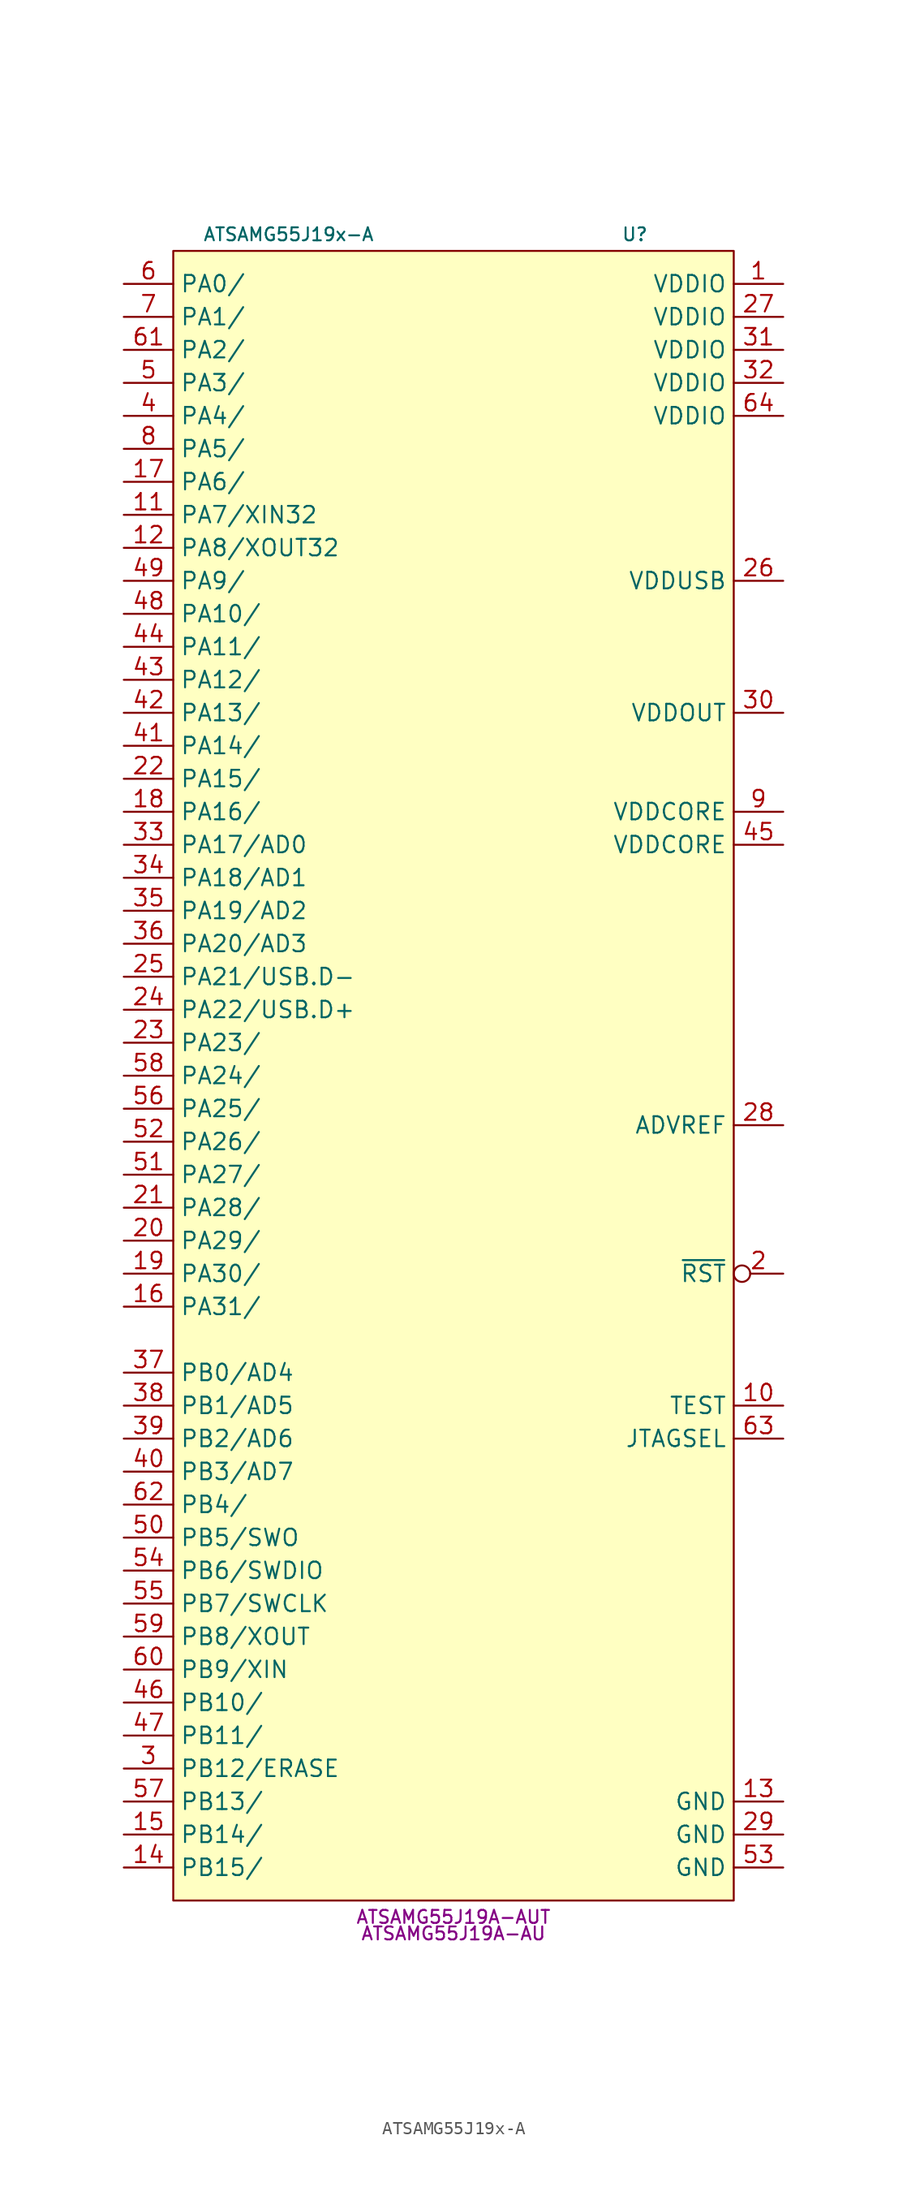
<source format=kicad_sym>
(kicad_symbol_lib
  (version 20231120)
  (generator "kicad_symbol_editor")
  (generator_version "8.0")
  (symbol "ATSAMG55J19x-A"
    (property "Reference" "U"
      (at 13.97 62.23 0)
      (effects (font (size 1 1))))
    (property "Value" "ATSAMG55J19x-A"
      (at -12.7 62.23 0)
      (effects (font (size 1 1))))
    (property "MPN" "ATSAMG55J19A-AUT"
      (at 0 -67.31 0)
      (effects (font (size 1 1))))
    (property "MPN2" "ATSAMG55J19A-AU"
      (at 0 -68.58 0)
      (effects (font (size 1 1))))
    (symbol "ATSAMG55J19x-A_1_1"
      (rectangle (start -21.59 60.96) (end 21.59 -66.04) (stroke (width 0) (type default)) (fill (type background)))
      (pin power_in line (at 25.4 58.42 180) (length 3.81) (name "VDDIO" (effects (font (size 1.27 1.27)))) (number "1" (effects (font (size 1.27 1.27)))))
      (pin input line (at 25.4 -27.94 180) (length 3.81) (name "TEST" (effects (font (size 1.27 1.27)))) (number "10" (effects (font (size 1.27 1.27)))))
      (pin bidirectional line (at -25.4 40.64 0) (length 3.81) (name "PA7/XIN32" (effects (font (size 1.27 1.27)))) (number "11" (effects (font (size 1.27 1.27)))))
      (pin bidirectional line (at -25.4 38.1 0) (length 3.81) (name "PA8/XOUT32" (effects (font (size 1.27 1.27)))) (number "12" (effects (font (size 1.27 1.27)))))
      (pin power_in line (at 25.4 -58.42 180) (length 3.81) (name "GND" (effects (font (size 1.27 1.27)))) (number "13" (effects (font (size 1.27 1.27)))))
      (pin bidirectional line (at -25.4 -63.5 0) (length 3.81) (name "PB15/" (effects (font (size 1.27 1.27)))) (number "14" (effects (font (size 1.27 1.27)))))
      (pin bidirectional line (at -25.4 -60.96 0) (length 3.81) (name "PB14/" (effects (font (size 1.27 1.27)))) (number "15" (effects (font (size 1.27 1.27)))))
      (pin bidirectional line (at -25.4 -20.32 0) (length 3.81) (name "PA31/" (effects (font (size 1.27 1.27)))) (number "16" (effects (font (size 1.27 1.27)))))
      (pin bidirectional line (at -25.4 43.18 0) (length 3.81) (name "PA6/" (effects (font (size 1.27 1.27)))) (number "17" (effects (font (size 1.27 1.27)))))
      (pin bidirectional line (at -25.4 17.78 0) (length 3.81) (name "PA16/" (effects (font (size 1.27 1.27)))) (number "18" (effects (font (size 1.27 1.27)))))
      (pin bidirectional line (at -25.4 -17.78 0) (length 3.81) (name "PA30/" (effects (font (size 1.27 1.27)))) (number "19" (effects (font (size 1.27 1.27)))))
      (pin input inverted (at 25.4 -17.78 180) (length 3.81) (name "~{RST}" (effects (font (size 1.27 1.27)))) (number "2" (effects (font (size 1.27 1.27)))))
      (pin bidirectional line (at -25.4 -15.24 0) (length 3.81) (name "PA29/" (effects (font (size 1.27 1.27)))) (number "20" (effects (font (size 1.27 1.27)))))
      (pin bidirectional line (at -25.4 -12.7 0) (length 3.81) (name "PA28/" (effects (font (size 1.27 1.27)))) (number "21" (effects (font (size 1.27 1.27)))))
      (pin bidirectional line (at -25.4 20.32 0) (length 3.81) (name "PA15/" (effects (font (size 1.27 1.27)))) (number "22" (effects (font (size 1.27 1.27)))))
      (pin bidirectional line (at -25.4 0 0) (length 3.81) (name "PA23/" (effects (font (size 1.27 1.27)))) (number "23" (effects (font (size 1.27 1.27)))))
      (pin bidirectional line (at -25.4 2.54 0) (length 3.81) (name "PA22/USB.D+" (effects (font (size 1.27 1.27)))) (number "24" (effects (font (size 1.27 1.27)))))
      (pin bidirectional line (at -25.4 5.08 0) (length 3.81) (name "PA21/USB.D-" (effects (font (size 1.27 1.27)))) (number "25" (effects (font (size 1.27 1.27)))))
      (pin power_in line (at 25.4 35.56 180) (length 3.81) (name "VDDUSB" (effects (font (size 1.27 1.27)))) (number "26" (effects (font (size 1.27 1.27)))))
      (pin power_in line (at 25.4 55.88 180) (length 3.81) (name "VDDIO" (effects (font (size 1.27 1.27)))) (number "27" (effects (font (size 1.27 1.27)))))
      (pin passive line (at 25.4 -6.35 180) (length 3.81) (name "ADVREF" (effects (font (size 1.27 1.27)))) (number "28" (effects (font (size 1.27 1.27)))))
      (pin power_in line (at 25.4 -60.96 180) (length 3.81) (name "GND" (effects (font (size 1.27 1.27)))) (number "29" (effects (font (size 1.27 1.27)))))
      (pin bidirectional line (at -25.4 -55.88 0) (length 3.81) (name "PB12/ERASE" (effects (font (size 1.27 1.27)))) (number "3" (effects (font (size 1.27 1.27)))))
      (pin power_out line (at 25.4 25.4 180) (length 3.81) (name "VDDOUT" (effects (font (size 1.27 1.27)))) (number "30" (effects (font (size 1.27 1.27)))))
      (pin power_in line (at 25.4 53.34 180) (length 3.81) (name "VDDIO" (effects (font (size 1.27 1.27)))) (number "31" (effects (font (size 1.27 1.27)))))
      (pin power_in line (at 25.4 50.8 180) (length 3.81) (name "VDDIO" (effects (font (size 1.27 1.27)))) (number "32" (effects (font (size 1.27 1.27)))))
      (pin bidirectional line (at -25.4 15.24 0) (length 3.81) (name "PA17/AD0" (effects (font (size 1.27 1.27)))) (number "33" (effects (font (size 1.27 1.27)))))
      (pin bidirectional line (at -25.4 12.7 0) (length 3.81) (name "PA18/AD1" (effects (font (size 1.27 1.27)))) (number "34" (effects (font (size 1.27 1.27)))))
      (pin bidirectional line (at -25.4 10.16 0) (length 3.81) (name "PA19/AD2" (effects (font (size 1.27 1.27)))) (number "35" (effects (font (size 1.27 1.27)))))
      (pin bidirectional line (at -25.4 7.62 0) (length 3.81) (name "PA20/AD3" (effects (font (size 1.27 1.27)))) (number "36" (effects (font (size 1.27 1.27)))))
      (pin bidirectional line (at -25.4 -25.4 0) (length 3.81) (name "PB0/AD4" (effects (font (size 1.27 1.27)))) (number "37" (effects (font (size 1.27 1.27)))))
      (pin bidirectional line (at -25.4 -27.94 0) (length 3.81) (name "PB1/AD5" (effects (font (size 1.27 1.27)))) (number "38" (effects (font (size 1.27 1.27)))))
      (pin bidirectional line (at -25.4 -30.48 0) (length 3.81) (name "PB2/AD6" (effects (font (size 1.27 1.27)))) (number "39" (effects (font (size 1.27 1.27)))))
      (pin bidirectional line (at -25.4 48.26 0) (length 3.81) (name "PA4/" (effects (font (size 1.27 1.27)))) (number "4" (effects (font (size 1.27 1.27)))))
      (pin bidirectional line (at -25.4 -33.02 0) (length 3.81) (name "PB3/AD7" (effects (font (size 1.27 1.27)))) (number "40" (effects (font (size 1.27 1.27)))))
      (pin bidirectional line (at -25.4 22.86 0) (length 3.81) (name "PA14/" (effects (font (size 1.27 1.27)))) (number "41" (effects (font (size 1.27 1.27)))))
      (pin bidirectional line (at -25.4 25.4 0) (length 3.81) (name "PA13/" (effects (font (size 1.27 1.27)))) (number "42" (effects (font (size 1.27 1.27)))))
      (pin bidirectional line (at -25.4 27.94 0) (length 3.81) (name "PA12/" (effects (font (size 1.27 1.27)))) (number "43" (effects (font (size 1.27 1.27)))))
      (pin bidirectional line (at -25.4 30.48 0) (length 3.81) (name "PA11/" (effects (font (size 1.27 1.27)))) (number "44" (effects (font (size 1.27 1.27)))))
      (pin power_in line (at 25.4 15.24 180) (length 3.81) (name "VDDCORE" (effects (font (size 1.27 1.27)))) (number "45" (effects (font (size 1.27 1.27)))))
      (pin bidirectional line (at -25.4 -50.8 0) (length 3.81) (name "PB10/" (effects (font (size 1.27 1.27)))) (number "46" (effects (font (size 1.27 1.27)))))
      (pin bidirectional line (at -25.4 -53.34 0) (length 3.81) (name "PB11/" (effects (font (size 1.27 1.27)))) (number "47" (effects (font (size 1.27 1.27)))))
      (pin bidirectional line (at -25.4 33.02 0) (length 3.81) (name "PA10/" (effects (font (size 1.27 1.27)))) (number "48" (effects (font (size 1.27 1.27)))))
      (pin bidirectional line (at -25.4 35.56 0) (length 3.81) (name "PA9/" (effects (font (size 1.27 1.27)))) (number "49" (effects (font (size 1.27 1.27)))))
      (pin bidirectional line (at -25.4 50.8 0) (length 3.81) (name "PA3/" (effects (font (size 1.27 1.27)))) (number "5" (effects (font (size 1.27 1.27)))))
      (pin bidirectional line (at -25.4 -38.1 0) (length 3.81) (name "PB5/SWO" (effects (font (size 1.27 1.27)))) (number "50" (effects (font (size 1.27 1.27)))))
      (pin bidirectional line (at -25.4 -10.16 0) (length 3.81) (name "PA27/" (effects (font (size 1.27 1.27)))) (number "51" (effects (font (size 1.27 1.27)))))
      (pin bidirectional line (at -25.4 -7.62 0) (length 3.81) (name "PA26/" (effects (font (size 1.27 1.27)))) (number "52" (effects (font (size 1.27 1.27)))))
      (pin power_in line (at 25.4 -63.5 180) (length 3.81) (name "GND" (effects (font (size 1.27 1.27)))) (number "53" (effects (font (size 1.27 1.27)))))
      (pin bidirectional line (at -25.4 -40.64 0) (length 3.81) (name "PB6/SWDIO" (effects (font (size 1.27 1.27)))) (number "54" (effects (font (size 1.27 1.27)))))
      (pin bidirectional line (at -25.4 -43.18 0) (length 3.81) (name "PB7/SWCLK" (effects (font (size 1.27 1.27)))) (number "55" (effects (font (size 1.27 1.27)))))
      (pin bidirectional line (at -25.4 -5.08 0) (length 3.81) (name "PA25/" (effects (font (size 1.27 1.27)))) (number "56" (effects (font (size 1.27 1.27)))))
      (pin bidirectional line (at -25.4 -58.42 0) (length 3.81) (name "PB13/" (effects (font (size 1.27 1.27)))) (number "57" (effects (font (size 1.27 1.27)))))
      (pin bidirectional line (at -25.4 -2.54 0) (length 3.81) (name "PA24/" (effects (font (size 1.27 1.27)))) (number "58" (effects (font (size 1.27 1.27)))))
      (pin bidirectional line (at -25.4 -45.72 0) (length 3.81) (name "PB8/XOUT" (effects (font (size 1.27 1.27)))) (number "59" (effects (font (size 1.27 1.27)))))
      (pin bidirectional line (at -25.4 58.42 0) (length 3.81) (name "PA0/" (effects (font (size 1.27 1.27)))) (number "6" (effects (font (size 1.27 1.27)))))
      (pin bidirectional line (at -25.4 -48.26 0) (length 3.81) (name "PB9/XIN" (effects (font (size 1.27 1.27)))) (number "60" (effects (font (size 1.27 1.27)))))
      (pin bidirectional line (at -25.4 53.34 0) (length 3.81) (name "PA2/" (effects (font (size 1.27 1.27)))) (number "61" (effects (font (size 1.27 1.27)))))
      (pin bidirectional line (at -25.4 -35.56 0) (length 3.81) (name "PB4/" (effects (font (size 1.27 1.27)))) (number "62" (effects (font (size 1.27 1.27)))))
      (pin input line (at 25.4 -30.48 180) (length 3.81) (name "JTAGSEL" (effects (font (size 1.27 1.27)))) (number "63" (effects (font (size 1.27 1.27)))))
      (pin power_in line (at 25.4 48.26 180) (length 3.81) (name "VDDIO" (effects (font (size 1.27 1.27)))) (number "64" (effects (font (size 1.27 1.27)))))
      (pin bidirectional line (at -25.4 55.88 0) (length 3.81) (name "PA1/" (effects (font (size 1.27 1.27)))) (number "7" (effects (font (size 1.27 1.27)))))
      (pin bidirectional line (at -25.4 45.72 0) (length 3.81) (name "PA5/" (effects (font (size 1.27 1.27)))) (number "8" (effects (font (size 1.27 1.27)))))
      (pin power_in line (at 25.4 17.78 180) (length 3.81) (name "VDDCORE" (effects (font (size 1.27 1.27)))) (number "9" (effects (font (size 1.27 1.27))))))))
</source>
